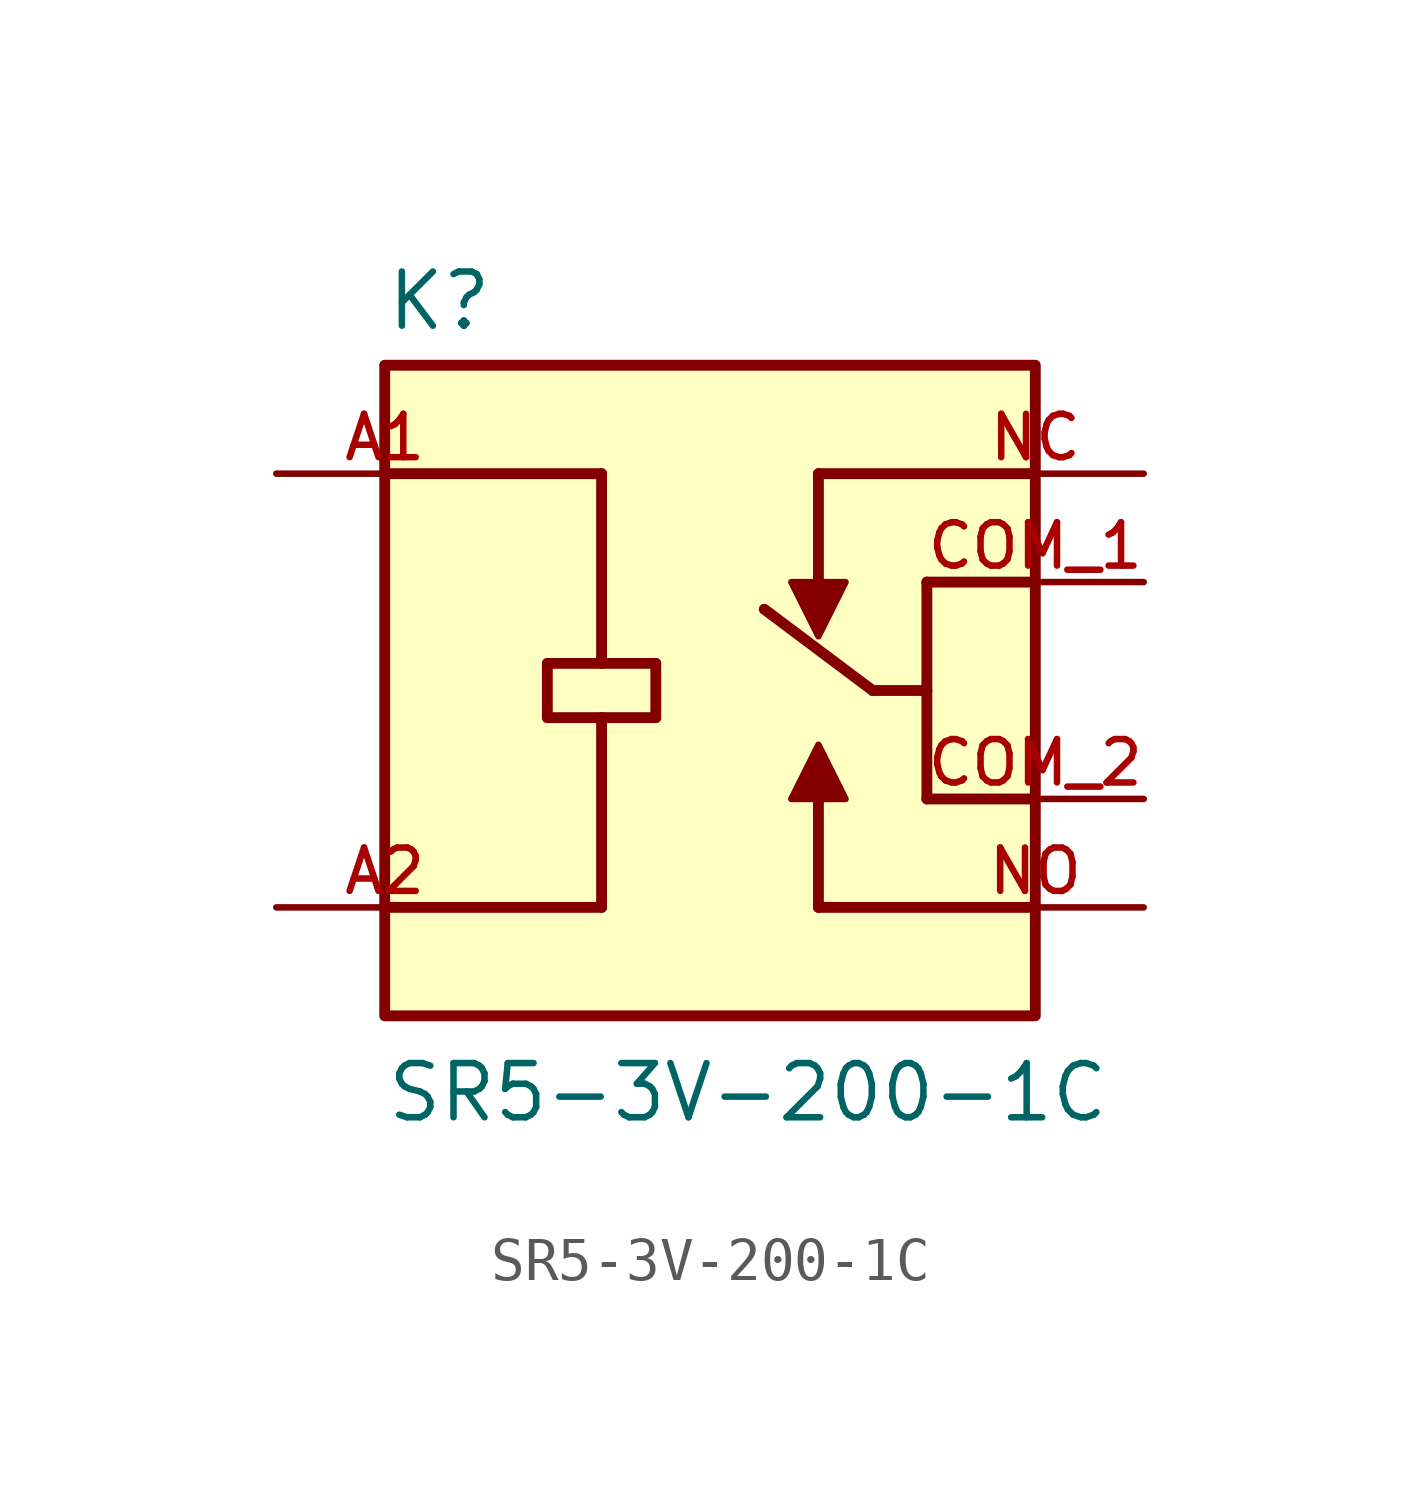
<source format=kicad_sym>
(kicad_symbol_lib
  (version 20211014)
  (generator kicad_symbol_editor)
  (symbol "SR5-3V-200-1C"
    (pin_names
      (offset 1.016))
    (property "Reference" "K"
      (at -7.62 8.382 0)
      (effects (font (size 1.27 1.27)) (justify bottom left)))
    (property "Value" "SR5-3V-200-1C"
      (at -7.62 -10.16 0)
      (effects (font (size 1.27 1.27)) (justify bottom left)))
    (symbol "SR5-3V-200-1C_0_0"
      (polyline (pts (xy 7.62 2.54) (xy 5.08 2.54)) (stroke (width 0.254)))
      (polyline (pts (xy 5.08 2.54) (xy 5.08 0.0)) (stroke (width 0.254)))
      (polyline (pts (xy 5.08 0.0) (xy 3.81 0.0)) (stroke (width 0.254)))
      (polyline (pts (xy 7.62 -5.08) (xy 2.54 -5.08)) (stroke (width 0.254)))
      (polyline (pts (xy 2.54 -5.08) (xy 2.54 -2.54)) (stroke (width 0.254)))
      (polyline (pts (xy 1.905 -2.54) (xy 3.175 -2.54) (xy 2.54 -1.27) (xy 1.905 -2.54)) (stroke (width 0.152)) (fill (type outline)))
      (polyline (pts (xy -7.62 5.08) (xy -2.54 5.08)) (stroke (width 0.254)))
      (polyline (pts (xy -3.81 0.635) (xy -2.54 0.635)) (stroke (width 0.254)))
      (polyline (pts (xy -2.54 0.635) (xy -1.27 0.635)) (stroke (width 0.254)))
      (polyline (pts (xy -1.27 0.635) (xy -1.27 -0.635)) (stroke (width 0.254)))
      (polyline (pts (xy -1.27 -0.635) (xy -2.54 -0.635)) (stroke (width 0.254)))
      (polyline (pts (xy -2.54 -0.635) (xy -3.81 -0.635)) (stroke (width 0.254)))
      (polyline (pts (xy -3.81 -0.635) (xy -3.81 0.635)) (stroke (width 0.254)))
      (polyline (pts (xy -7.62 -5.08) (xy -2.54 -5.08)) (stroke (width 0.254)))
      (polyline (pts (xy -2.54 5.08) (xy -2.54 0.635)) (stroke (width 0.254)))
      (polyline (pts (xy -2.54 -0.635) (xy -2.54 -5.08)) (stroke (width 0.254)))
      (polyline (pts (xy 2.54 5.08) (xy 2.54 2.54)) (stroke (width 0.254)))
      (polyline (pts (xy 3.175 2.54) (xy 1.905 2.54) (xy 2.54 1.27) (xy 3.175 2.54)) (stroke (width 0.152)) (fill (type outline)))
      (polyline (pts (xy 3.81 0.0) (xy 1.27 1.905)) (stroke (width 0.254)))
      (polyline (pts (xy 5.08 0.0) (xy 5.08 -2.54)) (stroke (width 0.254)))
      (polyline (pts (xy 5.08 -2.54) (xy 7.62 -2.54)) (stroke (width 0.254)))
      (polyline (pts (xy 7.62 5.08) (xy 2.54 5.08)) (stroke (width 0.254)))
      (rectangle (start -7.62 -7.62) (end 7.62 7.62) (stroke (width 0.254)) (fill (type background)))
      (pin passive line (at 10.16 2.54 180.0) (length 5.08) (name "~" (effects (font (size 1.016 1.016)))) (number "COM_1" (effects (font (size 1.016 1.016)))))
      (pin passive line (at 10.16 -5.08 180.0) (length 5.08) (name "~" (effects (font (size 1.016 1.016)))) (number "NO" (effects (font (size 1.016 1.016)))))
      (pin passive line (at -10.16 5.08 0) (length 5.08) (name "~" (effects (font (size 1.016 1.016)))) (number "A1" (effects (font (size 1.016 1.016)))))
      (pin passive line (at -10.16 -5.08 0) (length 5.08) (name "~" (effects (font (size 1.016 1.016)))) (number "A2" (effects (font (size 1.016 1.016)))))
      (pin passive line (at 10.16 5.08 180.0) (length 5.08) (name "~" (effects (font (size 1.016 1.016)))) (number "NC" (effects (font (size 1.016 1.016)))))
      (pin passive line (at 10.16 -2.54 180.0) (length 5.08) (name "~" (effects (font (size 1.016 1.016)))) (number "COM_2" (effects (font (size 1.016 1.016))))))))
</source>
